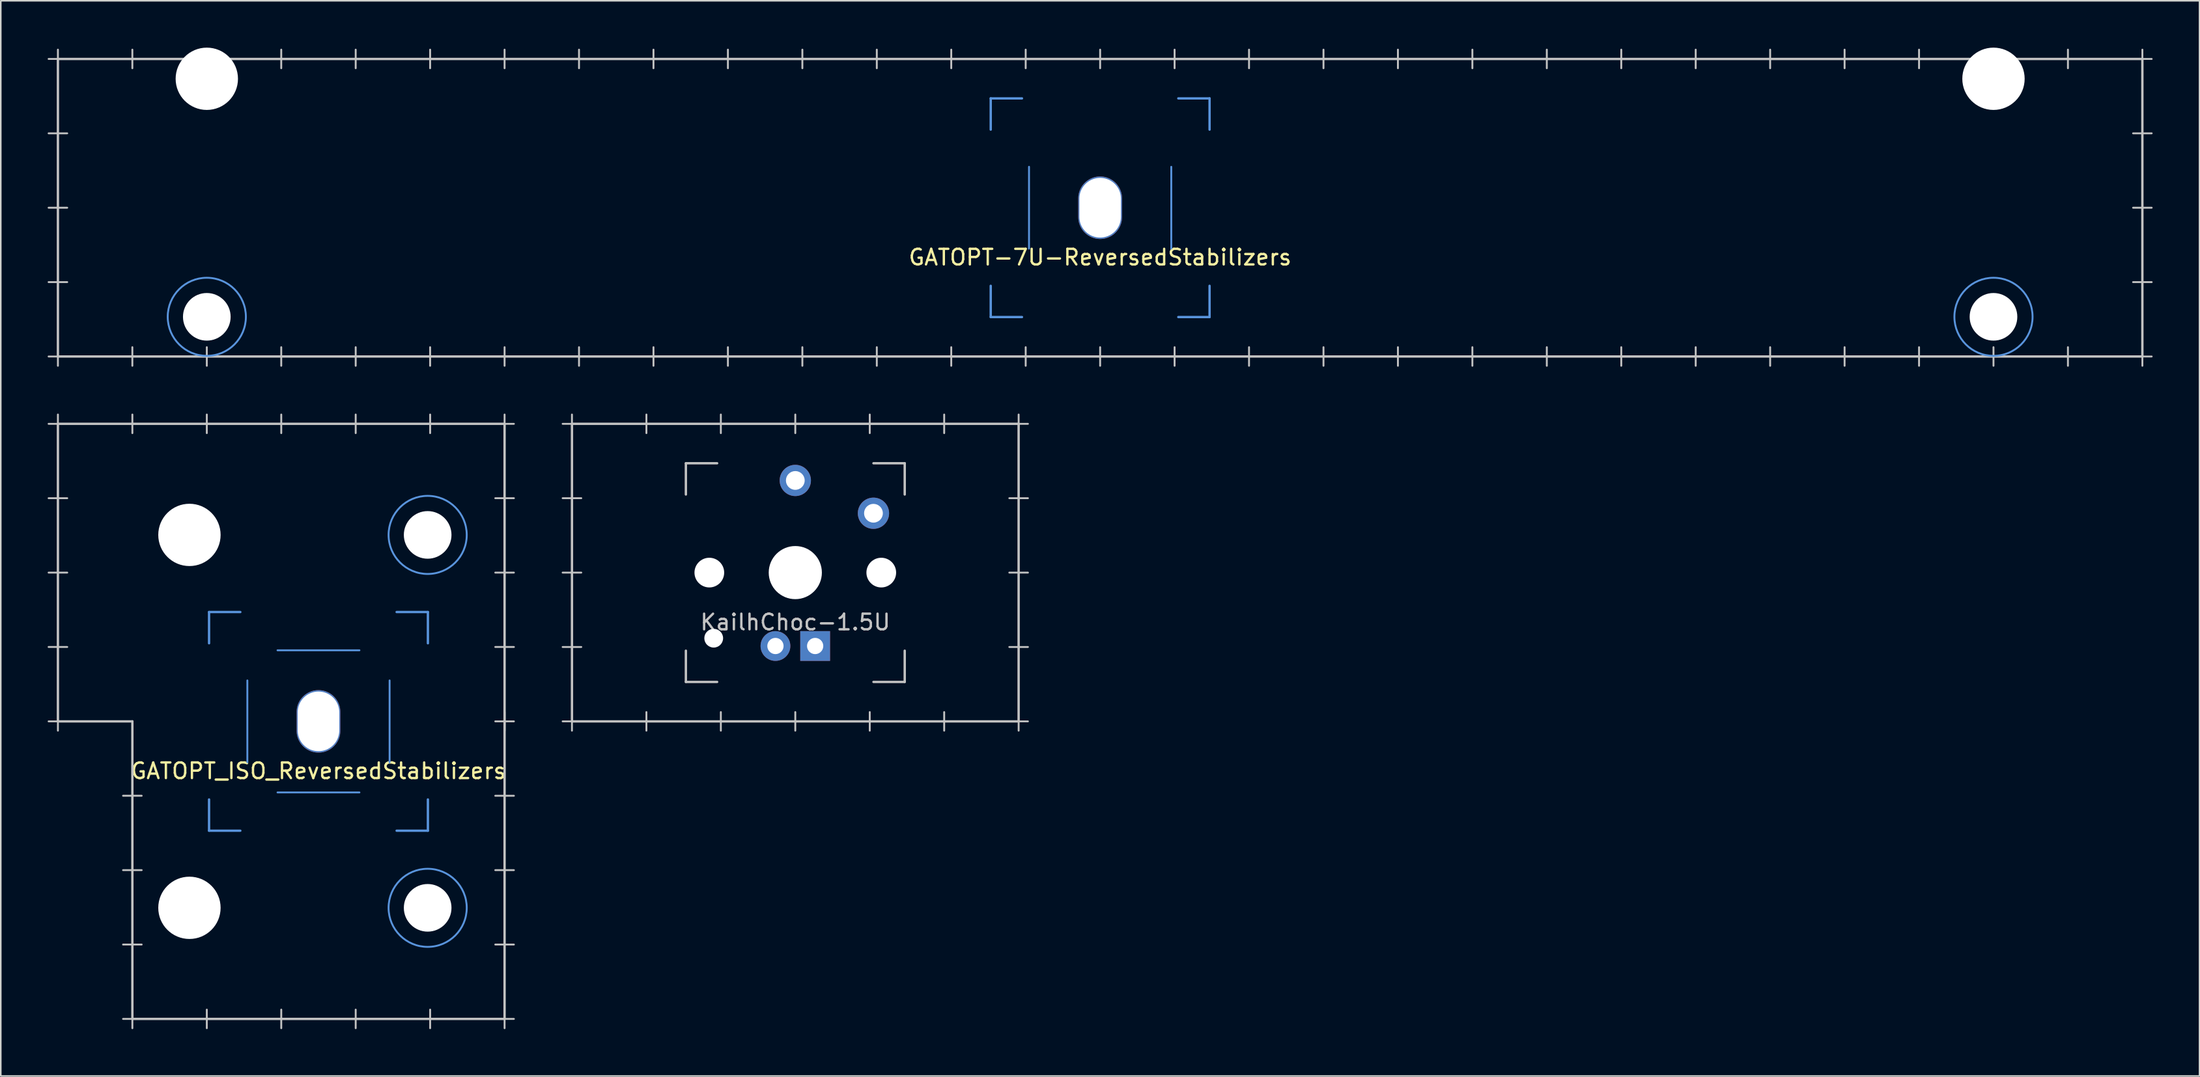
<source format=kicad_pcb>
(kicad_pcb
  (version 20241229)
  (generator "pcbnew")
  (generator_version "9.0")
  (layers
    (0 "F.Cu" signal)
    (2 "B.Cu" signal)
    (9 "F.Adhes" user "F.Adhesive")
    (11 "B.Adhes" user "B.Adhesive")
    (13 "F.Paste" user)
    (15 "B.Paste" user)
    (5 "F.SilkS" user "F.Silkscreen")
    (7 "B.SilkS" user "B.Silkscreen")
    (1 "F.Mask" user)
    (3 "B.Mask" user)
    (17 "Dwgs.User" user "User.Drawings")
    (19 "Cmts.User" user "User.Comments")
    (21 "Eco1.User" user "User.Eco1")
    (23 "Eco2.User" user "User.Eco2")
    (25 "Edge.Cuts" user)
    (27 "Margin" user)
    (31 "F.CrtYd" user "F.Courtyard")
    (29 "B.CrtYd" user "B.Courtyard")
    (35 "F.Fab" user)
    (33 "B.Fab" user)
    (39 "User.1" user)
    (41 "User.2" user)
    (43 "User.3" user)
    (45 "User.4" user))
  (footprint "GATOPT_ISO_ReversedStabilizers"
    (layer "F.Cu")
    (at 17.324 43.135)
    (property "Reference" "GATOPT_ISO_ReversedStabilizers" (at 0 3.175 0) (layer "F.SilkS") (effects (font (size 1 1) (thickness 0.15))))
    (attr through_hole)
    (fp_line (start -17.264 0.000008) (end -16.669 0) (stroke (width 0.12) (type solid)) (layer "Dwgs.User"))
    (fp_line (start -17.264 -19.05) (end -16.669 -19.05) (stroke (width 0.12) (type solid)) (layer "Dwgs.User"))
    (fp_line (start -17.264 -4.763) (end -16.073 -4.763) (stroke (width 0.12) (type solid)) (layer "Dwgs.User"))
    (fp_line (start -16.669 0.595) (end -16.669 0) (stroke (width 0.12) (type solid)) (layer "Dwgs.User"))
    (fp_line (start -16.669 -19.645) (end -16.669 -19.05) (stroke (width 0.12) (type solid)) (layer "Dwgs.User"))
    (fp_line (start -16.669 -19.05) (end -16.669 0) (stroke (width 0.15) (type solid)) (layer "Dwgs.User"))
    (fp_line (start -16.669 -19.05) (end 11.906 -19.05) (stroke (width 0.15) (type solid)) (layer "Dwgs.User"))
    (fp_line (start -16.073 -14.288) (end -17.264 -14.288) (stroke (width 0.12) (type solid)) (layer "Dwgs.User"))
    (fp_line (start -16.073 -9.525) (end -17.264 -9.525) (stroke (width 0.12) (type solid)) (layer "Dwgs.User"))
    (fp_line (start -12.502 9.525) (end -11.311 9.525) (stroke (width 0.12) (type solid)) (layer "Dwgs.User"))
    (fp_line (start -12.502 14.288) (end -11.311 14.288) (stroke (width 0.12) (type solid)) (layer "Dwgs.User"))
    (fp_line (start -12.502 19.05) (end -11.906 19.05) (stroke (width 0.12) (type solid)) (layer "Dwgs.User"))
    (fp_line (start -11.906 19.645) (end -11.906 19.05) (stroke (width 0.12) (type solid)) (layer "Dwgs.User"))
    (fp_line (start -11.906 0) (end -16.669 0) (stroke (width 0.15) (type solid)) (layer "Dwgs.User"))
    (fp_line (start -11.906 19.05) (end -11.906 0) (stroke (width 0.15) (type solid)) (layer "Dwgs.User"))
    (fp_line (start -11.906 19.05) (end 11.906 19.05) (stroke (width 0.15) (type solid)) (layer "Dwgs.User"))
    (fp_line (start -11.906 -19.645) (end -11.906 -18.455) (stroke (width 0.12) (type solid)) (layer "Dwgs.User"))
    (fp_line (start -11.311 4.762) (end -12.502 4.762) (stroke (width 0.12) (type solid)) (layer "Dwgs.User"))
    (fp_line (start -7.144 18.455) (end -7.144 19.645) (stroke (width 0.12) (type solid)) (layer "Dwgs.User"))
    (fp_line (start -7.144 -18.455) (end -7.144 -19.645) (stroke (width 0.12) (type solid)) (layer "Dwgs.User"))
    (fp_line (start -2.381 18.455) (end -2.381 19.645) (stroke (width 0.12) (type solid)) (layer "Dwgs.User"))
    (fp_line (start -2.381 -18.455) (end -2.381 -19.645) (stroke (width 0.12) (type solid)) (layer "Dwgs.User"))
    (fp_line (start 2.381 19.645) (end 2.381 18.455) (stroke (width 0.12) (type solid)) (layer "Dwgs.User"))
    (fp_line (start 2.381 -18.455) (end 2.381 -19.645) (stroke (width 0.12) (type solid)) (layer "Dwgs.User"))
    (fp_line (start 7.144 18.455) (end 7.144 19.645) (stroke (width 0.12) (type solid)) (layer "Dwgs.User"))
    (fp_line (start 7.144 -18.455) (end 7.144 -19.645) (stroke (width 0.12) (type solid)) (layer "Dwgs.User"))
    (fp_line (start 11.311 14.288) (end 12.502 14.288) (stroke (width 0.12) (type solid)) (layer "Dwgs.User"))
    (fp_line (start 11.311 0) (end 12.502 0) (stroke (width 0.12) (type solid)) (layer "Dwgs.User"))
    (fp_line (start 11.906 19.645) (end 11.906 19.05) (stroke (width 0.12) (type solid)) (layer "Dwgs.User"))
    (fp_line (start 11.906 -19.05) (end 11.906 19.05) (stroke (width 0.15) (type solid)) (layer "Dwgs.User"))
    (fp_line (start 11.906 -19.645) (end 11.906 -19.05) (stroke (width 0.12) (type solid)) (layer "Dwgs.User"))
    (fp_line (start 11.906 0.595) (end 11.906 -0.595) (stroke (width 0.12) (type solid)) (layer "Dwgs.User"))
    (fp_line (start 12.502 -19.05) (end 11.906 -19.05) (stroke (width 0.12) (type solid)) (layer "Dwgs.User"))
    (fp_line (start 12.502 4.763) (end 11.311 4.763) (stroke (width 0.12) (type solid)) (layer "Dwgs.User"))
    (fp_line (start 12.502 9.525) (end 11.311 9.525) (stroke (width 0.12) (type solid)) (layer "Dwgs.User"))
    (fp_line (start 12.502 19.05) (end 11.906 19.05) (stroke (width 0.12) (type solid)) (layer "Dwgs.User"))
    (fp_line (start 12.502 -14.288) (end 11.311 -14.288) (stroke (width 0.12) (type solid)) (layer "Dwgs.User"))
    (fp_line (start 12.502 -9.525) (end 11.311 -9.525) (stroke (width 0.12) (type solid)) (layer "Dwgs.User"))
    (fp_line (start 12.502 -4.763) (end 11.311 -4.763) (stroke (width 0.12) (type solid)) (layer "Dwgs.User"))
    (fp_line (start -7 -7) (end -7 -5) (stroke (width 0.15) (type solid)) (layer "Cmts.User"))
    (fp_line (start -7 7) (end -7 5) (stroke (width 0.15) (type solid)) (layer "Cmts.User"))
    (fp_line (start -5 -7) (end -7 -7) (stroke (width 0.15) (type solid)) (layer "Cmts.User"))
    (fp_line (start -5 7) (end -7 7) (stroke (width 0.15) (type solid)) (layer "Cmts.User"))
    (fp_line (start -4.55 2.62) (end -4.55 -2.62) (stroke (width 0.12) (type solid)) (layer "Cmts.User"))
    (fp_line (start -2.62 -4.55) (end 2.62 -4.55) (stroke (width 0.12) (type solid)) (layer "Cmts.User"))
    (fp_line (start 2.62 4.55) (end -2.62 4.55) (stroke (width 0.12) (type solid)) (layer "Cmts.User"))
    (fp_line (start 4.55 -2.62) (end 4.55 2.62) (stroke (width 0.12) (type solid)) (layer "Cmts.User"))
    (fp_line (start 5 -7) (end 7 -7) (stroke (width 0.15) (type solid)) (layer "Cmts.User"))
    (fp_line (start 7 -7) (end 7 -5) (stroke (width 0.15) (type solid)) (layer "Cmts.User"))
    (fp_line (start 7 5) (end 7 7) (stroke (width 0.15) (type solid)) (layer "Cmts.User"))
    (fp_line (start 7 7) (end 5 7) (stroke (width 0.15) (type solid)) (layer "Cmts.User"))
    (fp_circle (center 6.985 -11.938) (end 9.485 -11.938) (stroke (width 0.12) (type solid)) (fill no) (layer "Cmts.User"))
    (fp_circle (center 6.985 11.938) (end 9.485 11.938) (stroke (width 0.12) (type solid)) (fill no) (layer "Cmts.User"))
    (pad "" np_thru_hole circle (at -8.255 -11.938) (size 3.988 3.988) (drill 3.988) (layers "*.Cu" "*.Mask"))
    (pad "" np_thru_hole circle (at -8.255 11.938) (size 3.988 3.988) (drill 3.988) (layers "*.Cu" "*.Mask"))
    (pad "" np_thru_hole oval (at 0 0) (size 2.8 4) (drill oval 2.66 3.82) (layers "*.Cu" "*.Mask"))
    (pad "" np_thru_hole circle (at 6.985 -11.938) (size 3.048 3.048) (drill 3.048) (layers "*.Cu" "*.Mask"))
    (pad "" np_thru_hole circle (at 6.985 11.938) (size 3.048 3.048) (drill 3.048) (layers "*.Cu" "*.Mask")))
  (footprint "KailhChoc-1.5U"
    (layer "F.Cu")
    (at 47.828 33.61)
    (property "Reference" "KailhChoc-1.5U" (at 0 3.175 0) (layer "Dwgs.User") (effects (font (size 1 1) (thickness 0.15))))
    (attr through_hole)
    (fp_line (start -14.883 -9.525) (end -14.288 -9.525) (stroke (width 0.12) (type solid)) (layer "Dwgs.User"))
    (fp_line (start -14.883 0) (end -13.692 0) (stroke (width 0.12) (type solid)) (layer "Dwgs.User"))
    (fp_line (start -14.883 4.763) (end -13.692 4.763) (stroke (width 0.12) (type solid)) (layer "Dwgs.User"))
    (fp_line (start -14.883 9.525) (end -14.287 9.525) (stroke (width 0.12) (type solid)) (layer "Dwgs.User"))
    (fp_line (start -14.288 -10.12) (end -14.288 -9.525) (stroke (width 0.12) (type solid)) (layer "Dwgs.User"))
    (fp_line (start -14.288 10.12) (end -14.288 9.525) (stroke (width 0.12) (type solid)) (layer "Dwgs.User"))
    (fp_line (start -14.287 -9.525) (end 14.287 -9.525) (stroke (width 0.15) (type solid)) (layer "Dwgs.User"))
    (fp_line (start -14.287 9.525) (end -14.287 -9.525) (stroke (width 0.15) (type solid)) (layer "Dwgs.User"))
    (fp_line (start -13.692 -4.763) (end -14.883 -4.763) (stroke (width 0.12) (type solid)) (layer "Dwgs.User"))
    (fp_line (start -9.525 -10.12) (end -9.525 -8.93) (stroke (width 0.12) (type solid)) (layer "Dwgs.User"))
    (fp_line (start -9.525 8.93) (end -9.525 10.12) (stroke (width 0.12) (type solid)) (layer "Dwgs.User"))
    (fp_line (start -7 -7) (end -7 -5) (stroke (width 0.15) (type solid)) (layer "Dwgs.User"))
    (fp_line (start -7 5) (end -7 7) (stroke (width 0.15) (type solid)) (layer "Dwgs.User"))
    (fp_line (start -7 7) (end -5 7) (stroke (width 0.15) (type solid)) (layer "Dwgs.User"))
    (fp_line (start -5 -7) (end -7 -7) (stroke (width 0.15) (type solid)) (layer "Dwgs.User"))
    (fp_line (start -4.763 -10.12) (end -4.763 -8.93) (stroke (width 0.12) (type solid)) (layer "Dwgs.User"))
    (fp_line (start -4.763 10.12) (end -4.763 8.93) (stroke (width 0.12) (type solid)) (layer "Dwgs.User"))
    (fp_line (start 0 -10.12) (end 0 -8.93) (stroke (width 0.12) (type solid)) (layer "Dwgs.User"))
    (fp_line (start 0 10.12) (end 0 8.93) (stroke (width 0.12) (type solid)) (layer "Dwgs.User"))
    (fp_line (start 4.763 -10.12) (end 4.763 -8.93) (stroke (width 0.12) (type solid)) (layer "Dwgs.User"))
    (fp_line (start 4.763 10.12) (end 4.763 8.93) (stroke (width 0.12) (type solid)) (layer "Dwgs.User"))
    (fp_line (start 5 -7) (end 7 -7) (stroke (width 0.15) (type solid)) (layer "Dwgs.User"))
    (fp_line (start 5 7) (end 7 7) (stroke (width 0.15) (type solid)) (layer "Dwgs.User"))
    (fp_line (start 7 -7) (end 7 -5) (stroke (width 0.15) (type solid)) (layer "Dwgs.User"))
    (fp_line (start 7 7) (end 7 5) (stroke (width 0.15) (type solid)) (layer "Dwgs.User"))
    (fp_line (start 9.525 -8.93) (end 9.525 -10.12) (stroke (width 0.12) (type solid)) (layer "Dwgs.User"))
    (fp_line (start 9.525 10.12) (end 9.525 8.93) (stroke (width 0.12) (type solid)) (layer "Dwgs.User"))
    (fp_line (start 13.692 4.763) (end 14.883 4.763) (stroke (width 0.12) (type solid)) (layer "Dwgs.User"))
    (fp_line (start 14.287 -9.525) (end 14.287 9.525) (stroke (width 0.15) (type solid)) (layer "Dwgs.User"))
    (fp_line (start 14.287 9.525) (end -14.287 9.525) (stroke (width 0.15) (type solid)) (layer "Dwgs.User"))
    (fp_line (start 14.288 -10.12) (end 14.288 -9.525) (stroke (width 0.12) (type solid)) (layer "Dwgs.User"))
    (fp_line (start 14.288 10.12) (end 14.288 9.525) (stroke (width 0.12) (type solid)) (layer "Dwgs.User"))
    (fp_line (start 14.883 -9.525) (end 14.287 -9.525) (stroke (width 0.12) (type solid)) (layer "Dwgs.User"))
    (fp_line (start 14.883 -4.763) (end 13.692 -4.763) (stroke (width 0.12) (type solid)) (layer "Dwgs.User"))
    (fp_line (start 14.883 0) (end 13.692 0) (stroke (width 0.12) (type solid)) (layer "Dwgs.User"))
    (fp_line (start 14.883 9.525) (end 14.288 9.525) (stroke (width 0.12) (type solid)) (layer "Dwgs.User"))
    (pad "" np_thru_hole circle (at -5.5 0 48.1) (size 1.9 1.9) (drill 1.9) (layers "*.Cu" "*.Mask"))
    (pad "" np_thru_hole circle (at -5.22 4.2) (size 1.2 1.2) (drill 1.2) (layers "*.Cu" "*.Mask"))
    (pad "" np_thru_hole circle (at 0 0) (size 3.4 3.4) (drill 3.4) (layers "*.Cu" "*.Mask"))
    (pad "" np_thru_hole circle (at 5.5 0 48.1) (size 1.9 1.9) (drill 1.9) (layers "*.Cu" "*.Mask"))
    (pad "1" thru_hole circle (at 5 -3.8) (size 2 2) (drill 1.2) (layers "*.Cu" "B.Mask"))
    (pad "2" thru_hole circle (at 0 -5.9) (size 2 2) (drill 1.2) (layers "*.Cu" "B.Mask"))
    (pad "3" thru_hole circle (at -1.27 4.7) (size 1.905 1.905) (drill 1.04) (layers "*.Cu" "B.Mask"))
    (pad "4" thru_hole rect (at 1.27 4.7) (size 1.905 1.905) (drill 1.04) (layers "*.Cu" "B.Mask")))
  (footprint "GATOPT-7U-ReversedStabilizers"
    (layer "F.Cu")
    (at 67.33 10.249)
    (property "Reference" "GATOPT-7U-ReversedStabilizers" (at 0 3.175 0) (layer "F.SilkS") (effects (font (size 1 1) (thickness 0.15))))
    (attr through_hole)
    (fp_line (start -67.27 -9.525) (end -66.675 -9.525) (stroke (width 0.12) (type solid)) (layer "Dwgs.User"))
    (fp_line (start -67.27 -0.000008) (end -66.08 -0.000008) (stroke (width 0.12) (type solid)) (layer "Dwgs.User"))
    (fp_line (start -67.27 4.762) (end -66.08 4.762) (stroke (width 0.12) (type solid)) (layer "Dwgs.User"))
    (fp_line (start -67.27 9.525) (end -66.675 9.525) (stroke (width 0.12) (type solid)) (layer "Dwgs.User"))
    (fp_line (start -66.675 10.12) (end -66.675 9.525) (stroke (width 0.12) (type solid)) (layer "Dwgs.User"))
    (fp_line (start -66.675 -10.12) (end -66.675 -9.525) (stroke (width 0.12) (type solid)) (layer "Dwgs.User"))
    (fp_line (start -66.675 -9.525) (end 66.675 -9.525) (stroke (width 0.15) (type solid)) (layer "Dwgs.User"))
    (fp_line (start -66.675 9.525) (end -66.675 -9.525) (stroke (width 0.15) (type solid)) (layer "Dwgs.User"))
    (fp_line (start -66.675 9.525) (end 66.675 9.525) (stroke (width 0.15) (type solid)) (layer "Dwgs.User"))
    (fp_line (start -66.08 -4.763) (end -67.27 -4.763) (stroke (width 0.12) (type solid)) (layer "Dwgs.User"))
    (fp_line (start -61.913 8.93) (end -61.913 10.12) (stroke (width 0.12) (type solid)) (layer "Dwgs.User"))
    (fp_line (start -61.913 -10.12) (end -61.913 -8.93) (stroke (width 0.12) (type solid)) (layer "Dwgs.User"))
    (fp_line (start -57.15 8.93) (end -57.15 10.12) (stroke (width 0.12) (type solid)) (layer "Dwgs.User"))
    (fp_line (start -57.15 -10.12) (end -57.15 -8.93) (stroke (width 0.12) (type solid)) (layer "Dwgs.User"))
    (fp_line (start -52.388 10.12) (end -52.388 8.93) (stroke (width 0.12) (type solid)) (layer "Dwgs.User"))
    (fp_line (start -52.388 -8.93) (end -52.388 -10.12) (stroke (width 0.12) (type solid)) (layer "Dwgs.User"))
    (fp_line (start -47.625 8.93) (end -47.625 10.12) (stroke (width 0.12) (type solid)) (layer "Dwgs.User"))
    (fp_line (start -47.625 -10.12) (end -47.625 -8.93) (stroke (width 0.12) (type solid)) (layer "Dwgs.User"))
    (fp_line (start -42.863 10.12) (end -42.863 8.93) (stroke (width 0.12) (type solid)) (layer "Dwgs.User"))
    (fp_line (start -42.863 -8.93) (end -42.863 -10.12) (stroke (width 0.12) (type solid)) (layer "Dwgs.User"))
    (fp_line (start -38.1 8.93) (end -38.1 10.12) (stroke (width 0.12) (type solid)) (layer "Dwgs.User"))
    (fp_line (start -38.1 -10.12) (end -38.1 -8.93) (stroke (width 0.12) (type solid)) (layer "Dwgs.User"))
    (fp_line (start -33.338 10.12) (end -33.338 8.93) (stroke (width 0.12) (type solid)) (layer "Dwgs.User"))
    (fp_line (start -33.338 -8.93) (end -33.338 -10.12) (stroke (width 0.12) (type solid)) (layer "Dwgs.User"))
    (fp_line (start -28.575 8.93) (end -28.575 10.12) (stroke (width 0.12) (type solid)) (layer "Dwgs.User"))
    (fp_line (start -28.575 -10.12) (end -28.575 -8.93) (stroke (width 0.12) (type solid)) (layer "Dwgs.User"))
    (fp_line (start -23.813 10.12) (end -23.813 8.93) (stroke (width 0.12) (type solid)) (layer "Dwgs.User"))
    (fp_line (start -23.813 -8.93) (end -23.813 -10.12) (stroke (width 0.12) (type solid)) (layer "Dwgs.User"))
    (fp_line (start -19.05 8.93) (end -19.05 10.12) (stroke (width 0.12) (type solid)) (layer "Dwgs.User"))
    (fp_line (start -19.05 -10.12) (end -19.05 -8.93) (stroke (width 0.12) (type solid)) (layer "Dwgs.User"))
    (fp_line (start -14.288 10.12) (end -14.288 8.93) (stroke (width 0.12) (type solid)) (layer "Dwgs.User"))
    (fp_line (start -14.288 -8.93) (end -14.288 -10.12) (stroke (width 0.12) (type solid)) (layer "Dwgs.User"))
    (fp_line (start -9.525 -8.93) (end -9.525 -10.12) (stroke (width 0.12) (type solid)) (layer "Dwgs.User"))
    (fp_line (start -9.525 10.12) (end -9.525 8.93) (stroke (width 0.12) (type solid)) (layer "Dwgs.User"))
    (fp_line (start -4.763 -10.12) (end -4.763 -8.93) (stroke (width 0.12) (type solid)) (layer "Dwgs.User"))
    (fp_line (start -4.763 8.93) (end -4.763 10.12) (stroke (width 0.12) (type solid)) (layer "Dwgs.User"))
    (fp_line (start 0 -8.93) (end 0 -10.12) (stroke (width 0.12) (type solid)) (layer "Dwgs.User"))
    (fp_line (start 0 10.12) (end 0 8.93) (stroke (width 0.12) (type solid)) (layer "Dwgs.User"))
    (fp_line (start 4.763 -10.12) (end 4.763 -8.93) (stroke (width 0.12) (type solid)) (layer "Dwgs.User"))
    (fp_line (start 4.763 8.93) (end 4.763 10.12) (stroke (width 0.12) (type solid)) (layer "Dwgs.User"))
    (fp_line (start 9.525 -8.93) (end 9.525 -10.12) (stroke (width 0.12) (type solid)) (layer "Dwgs.User"))
    (fp_line (start 9.525 10.12) (end 9.525 8.93) (stroke (width 0.12) (type solid)) (layer "Dwgs.User"))
    (fp_line (start 14.288 -10.12) (end 14.288 -8.93) (stroke (width 0.12) (type solid)) (layer "Dwgs.User"))
    (fp_line (start 14.288 8.93) (end 14.288 10.12) (stroke (width 0.12) (type solid)) (layer "Dwgs.User"))
    (fp_line (start 19.05 -8.93) (end 19.05 -10.12) (stroke (width 0.12) (type solid)) (layer "Dwgs.User"))
    (fp_line (start 19.05 10.12) (end 19.05 8.93) (stroke (width 0.12) (type solid)) (layer "Dwgs.User"))
    (fp_line (start 23.813 -10.12) (end 23.813 -8.93) (stroke (width 0.12) (type solid)) (layer "Dwgs.User"))
    (fp_line (start 23.813 8.93) (end 23.813 10.12) (stroke (width 0.12) (type solid)) (layer "Dwgs.User"))
    (fp_line (start 28.575 -8.93) (end 28.575 -10.12) (stroke (width 0.12) (type solid)) (layer "Dwgs.User"))
    (fp_line (start 28.575 10.12) (end 28.575 8.93) (stroke (width 0.12) (type solid)) (layer "Dwgs.User"))
    (fp_line (start 33.338 -10.12) (end 33.338 -8.93) (stroke (width 0.12) (type solid)) (layer "Dwgs.User"))
    (fp_line (start 33.338 8.93) (end 33.338 10.12) (stroke (width 0.12) (type solid)) (layer "Dwgs.User"))
    (fp_line (start 38.1 -8.93) (end 38.1 -10.12) (stroke (width 0.12) (type solid)) (layer "Dwgs.User"))
    (fp_line (start 38.1 10.12) (end 38.1 8.93) (stroke (width 0.12) (type solid)) (layer "Dwgs.User"))
    (fp_line (start 42.863 -10.12) (end 42.863 -8.93) (stroke (width 0.12) (type solid)) (layer "Dwgs.User"))
    (fp_line (start 42.863 8.93) (end 42.863 10.12) (stroke (width 0.12) (type solid)) (layer "Dwgs.User"))
    (fp_line (start 47.625 -8.93) (end 47.625 -10.12) (stroke (width 0.12) (type solid)) (layer "Dwgs.User"))
    (fp_line (start 47.625 10.12) (end 47.625 8.93) (stroke (width 0.12) (type solid)) (layer "Dwgs.User"))
    (fp_line (start 52.388 -10.12) (end 52.388 -8.93) (stroke (width 0.12) (type solid)) (layer "Dwgs.User"))
    (fp_line (start 52.388 8.93) (end 52.388 10.12) (stroke (width 0.12) (type solid)) (layer "Dwgs.User"))
    (fp_line (start 57.15 -8.93) (end 57.15 -10.12) (stroke (width 0.12) (type solid)) (layer "Dwgs.User"))
    (fp_line (start 57.15 10.12) (end 57.15 8.93) (stroke (width 0.12) (type solid)) (layer "Dwgs.User"))
    (fp_line (start 61.913 -10.12) (end 61.913 -8.93) (stroke (width 0.12) (type solid)) (layer "Dwgs.User"))
    (fp_line (start 61.913 8.93) (end 61.913 10.12) (stroke (width 0.12) (type solid)) (layer "Dwgs.User"))
    (fp_line (start 66.08 4.763) (end 67.27 4.763) (stroke (width 0.12) (type solid)) (layer "Dwgs.User"))
    (fp_line (start 66.675 -9.525) (end 66.675 9.525) (stroke (width 0.15) (type solid)) (layer "Dwgs.User"))
    (fp_line (start 66.675 10.12) (end 66.675 9.525) (stroke (width 0.12) (type solid)) (layer "Dwgs.User"))
    (fp_line (start 66.675 -10.12) (end 66.675 -9.525) (stroke (width 0.12) (type solid)) (layer "Dwgs.User"))
    (fp_line (start 67.27 -9.525) (end 66.675 -9.525) (stroke (width 0.12) (type solid)) (layer "Dwgs.User"))
    (fp_line (start 67.27 -4.763) (end 66.08 -4.763) (stroke (width 0.12) (type solid)) (layer "Dwgs.User"))
    (fp_line (start 67.27 0) (end 66.08 0) (stroke (width 0.12) (type solid)) (layer "Dwgs.User"))
    (fp_line (start 67.27 9.525) (end 66.675 9.525) (stroke (width 0.12) (type solid)) (layer "Dwgs.User"))
    (fp_line (start -7 -7) (end -7 -5) (stroke (width 0.15) (type solid)) (layer "Cmts.User"))
    (fp_line (start -7 7) (end -7 5) (stroke (width 0.15) (type solid)) (layer "Cmts.User"))
    (fp_line (start -5 -7) (end -7 -7) (stroke (width 0.15) (type solid)) (layer "Cmts.User"))
    (fp_line (start -5 7) (end -7 7) (stroke (width 0.15) (type solid)) (layer "Cmts.User"))
    (fp_line (start -4.55 2.62) (end -4.55 -2.62) (stroke (width 0.12) (type solid)) (layer "Cmts.User"))
    (fp_line (start 4.55 -2.62) (end 4.55 2.62) (stroke (width 0.12) (type solid)) (layer "Cmts.User"))
    (fp_line (start 5 -7) (end 7 -7) (stroke (width 0.15) (type solid)) (layer "Cmts.User"))
    (fp_line (start 7 -7) (end 7 -5) (stroke (width 0.15) (type solid)) (layer "Cmts.User"))
    (fp_line (start 7 5) (end 7 7) (stroke (width 0.15) (type solid)) (layer "Cmts.User"))
    (fp_line (start 7 7) (end 5 7) (stroke (width 0.15) (type solid)) (layer "Cmts.User"))
    (fp_circle (center -57.15 6.985) (end -59.65 6.985) (stroke (width 0.12) (type solid)) (fill no) (layer "Cmts.User"))
    (fp_circle (center 57.15 6.985) (end 54.65 6.985) (stroke (width 0.12) (type solid)) (fill no) (layer "Cmts.User"))
    (pad "" np_thru_hole circle (at -57.15 -8.255) (size 3.988 3.988) (drill 3.988) (layers "*.Cu" "*.Mask"))
    (pad "" np_thru_hole circle (at -57.15 6.985) (size 3.048 3.048) (drill 3.048) (layers "*.Cu" "*.Mask"))
    (pad "" np_thru_hole oval (at 0 0) (size 2.8 4) (drill oval 2.66 3.82) (layers "*.Cu" "*.Mask"))
    (pad "" np_thru_hole circle (at 57.15 -8.255) (size 3.988 3.988) (drill 3.988) (layers "*.Cu" "*.Mask"))
    (pad "" np_thru_hole circle (at 57.15 6.985) (size 3.048 3.048) (drill 3.048) (layers "*.Cu" "*.Mask")))
  (gr_rect
    (start -3 -3)
    (end 137.661 65.84)
    (stroke (width 0.1) (type default))
    (fill no)
    (layer "Edge.Cuts")))
</source>
